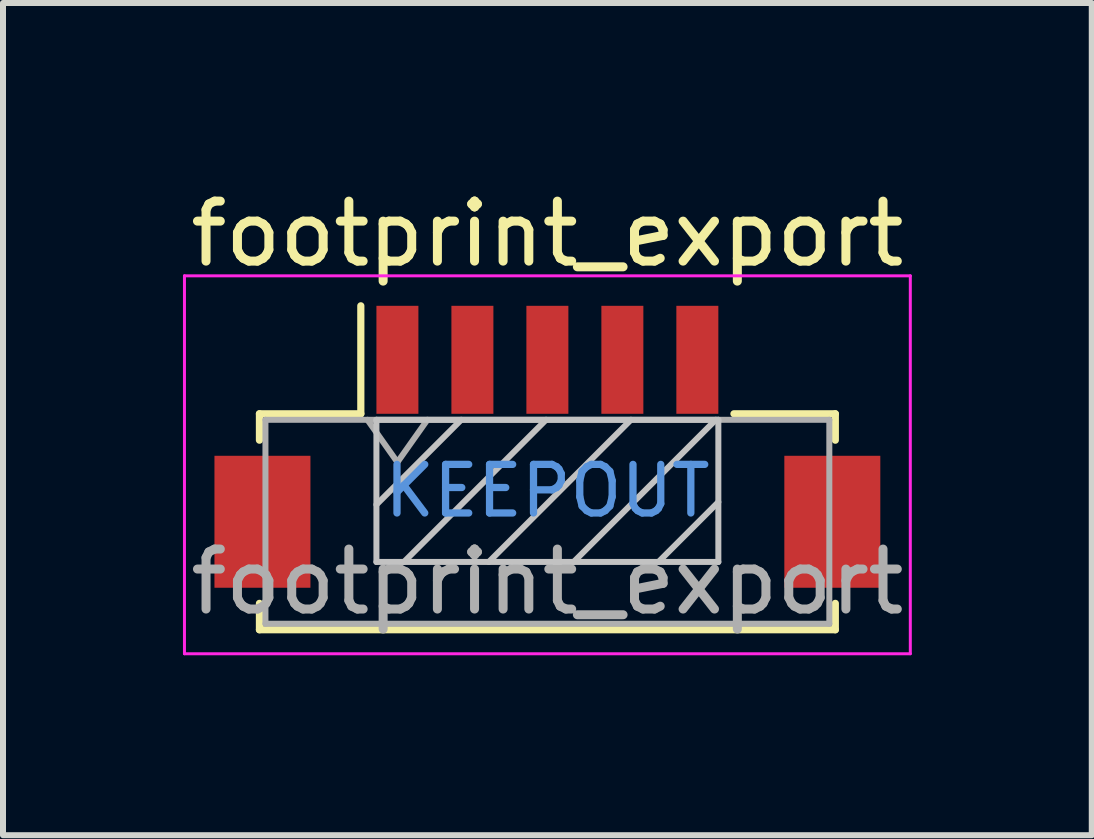
<source format=kicad_pcb>
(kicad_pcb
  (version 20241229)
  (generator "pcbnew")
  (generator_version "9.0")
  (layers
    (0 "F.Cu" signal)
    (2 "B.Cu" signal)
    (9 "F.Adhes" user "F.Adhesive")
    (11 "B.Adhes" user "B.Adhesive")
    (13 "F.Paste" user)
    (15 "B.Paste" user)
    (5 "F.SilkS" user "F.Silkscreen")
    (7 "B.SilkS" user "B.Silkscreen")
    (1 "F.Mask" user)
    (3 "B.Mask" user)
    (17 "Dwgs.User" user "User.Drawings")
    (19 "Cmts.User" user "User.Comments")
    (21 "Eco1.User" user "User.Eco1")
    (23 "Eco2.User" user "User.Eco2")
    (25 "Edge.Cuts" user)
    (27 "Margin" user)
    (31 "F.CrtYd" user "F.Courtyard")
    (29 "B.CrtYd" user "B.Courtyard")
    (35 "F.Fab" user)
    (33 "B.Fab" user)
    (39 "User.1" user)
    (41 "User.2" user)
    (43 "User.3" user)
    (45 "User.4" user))
  (footprint "footprint_export"
    (layer "F.Cu")
    (at 6.075 4.398)
    (property "Reference" "footprint_export" (at 0 -3.55 0) (layer "F.SilkS") (effects (font (size 1 1) (thickness 0.15))))
    (attr smd)
    (fp_line (start -4.8 -0.55) (end -4.8 -0.11) (stroke (width 0.12) (type solid)) (layer "F.SilkS"))
    (fp_line (start -4.8 2.61) (end -4.8 3.05) (stroke (width 0.12) (type solid)) (layer "F.SilkS"))
    (fp_line (start -4.8 3.05) (end 4.8 3.05) (stroke (width 0.12) (type solid)) (layer "F.SilkS"))
    (fp_line (start -3.11 -0.55) (end -4.8 -0.55) (stroke (width 0.12) (type solid)) (layer "F.SilkS"))
    (fp_line (start -3.11 -0.55) (end -3.11 -2.35) (stroke (width 0.12) (type solid)) (layer "F.SilkS"))
    (fp_line (start 3.11 -0.55) (end 4.8 -0.55) (stroke (width 0.12) (type solid)) (layer "F.SilkS"))
    (fp_line (start 4.8 -0.55) (end 4.8 -0.11) (stroke (width 0.12) (type solid)) (layer "F.SilkS"))
    (fp_line (start 4.8 3.05) (end 4.8 2.61) (stroke (width 0.12) (type solid)) (layer "F.SilkS"))
    (fp_line (start -2.85 -0.45) (end -2.85 1.92) (stroke (width 0.1) (type solid)) (layer "Dwgs.User"))
    (fp_line (start -2.85 1.92) (end 2.85 1.92) (stroke (width 0.1) (type solid)) (layer "Dwgs.User"))
    (fp_line (start -1.436 -0.45) (end -2.85 0.964) (stroke (width 0.1) (type solid)) (layer "Dwgs.User"))
    (fp_line (start -0.022 -0.45) (end -2.392 1.92) (stroke (width 0.1) (type solid)) (layer "Dwgs.User"))
    (fp_line (start 1.393 -0.45) (end -0.977 1.92) (stroke (width 0.1) (type solid)) (layer "Dwgs.User"))
    (fp_line (start 2.807 -0.45) (end 0.437 1.92) (stroke (width 0.1) (type solid)) (layer "Dwgs.User"))
    (fp_line (start 2.85 -0.45) (end -2.85 -0.45) (stroke (width 0.1) (type solid)) (layer "Dwgs.User"))
    (fp_line (start 2.85 0.921) (end 1.851 1.92) (stroke (width 0.1) (type solid)) (layer "Dwgs.User"))
    (fp_line (start 2.85 1.92) (end 2.85 -0.45) (stroke (width 0.1) (type solid)) (layer "Dwgs.User"))
    (fp_line (start -6.05 -2.85) (end -6.05 3.45) (stroke (width 0.05) (type solid)) (layer "F.CrtYd"))
    (fp_line (start -6.05 3.45) (end 6.05 3.45) (stroke (width 0.05) (type solid)) (layer "F.CrtYd"))
    (fp_line (start 6.05 -2.85) (end -6.05 -2.85) (stroke (width 0.05) (type solid)) (layer "F.CrtYd"))
    (fp_line (start 6.05 3.45) (end 6.05 -2.85) (stroke (width 0.05) (type solid)) (layer "F.CrtYd"))
    (fp_line (start -4.7 -0.45) (end -4.7 2.95) (stroke (width 0.1) (type solid)) (layer "F.Fab"))
    (fp_line (start -4.7 2.95) (end 4.7 2.95) (stroke (width 0.1) (type solid)) (layer "F.Fab"))
    (fp_line (start -3 -0.45) (end -2.5 0.257) (stroke (width 0.1) (type solid)) (layer "F.Fab"))
    (fp_line (start -2.5 0.257) (end -2 -0.45) (stroke (width 0.1) (type solid)) (layer "F.Fab"))
    (fp_line (start 4.7 -0.45) (end -4.7 -0.45) (stroke (width 0.1) (type solid)) (layer "F.Fab"))
    (fp_line (start 4.7 2.95) (end 4.7 -0.45) (stroke (width 0.1) (type solid)) (layer "F.Fab"))
    (fp_text user "KEEPOUT" (at 0 0.735 0) (layer "Cmts.User") (effects (font (size 0.81 0.81) (thickness 0.121))))
    (fp_text user "${REFERENCE}" (at 0 2.25 0) (layer "F.Fab") (effects (font (size 1 1) (thickness 0.15))))
    (pad "1" smd rect (at -2.5 -1.45) (size 0.7 1.8) (layers "F.Cu" "F.Mask" "F.Paste"))
    (pad "2" smd rect (at -1.25 -1.45) (size 0.7 1.8) (layers "F.Cu" "F.Mask" "F.Paste"))
    (pad "3" smd rect (at 0 -1.45) (size 0.7 1.8) (layers "F.Cu" "F.Mask" "F.Paste"))
    (pad "4" smd rect (at 1.25 -1.45) (size 0.7 1.8) (layers "F.Cu" "F.Mask" "F.Paste"))
    (pad "5" smd rect (at 2.5 -1.45) (size 0.7 1.8) (layers "F.Cu" "F.Mask" "F.Paste"))
    (pad "MP" smd rect (at -4.75 1.25) (size 1.6 2.2) (layers "F.Cu" "F.Mask" "F.Paste"))
    (pad "MP" smd rect (at 4.75 1.25) (size 1.6 2.2) (layers "F.Cu" "F.Mask" "F.Paste")))
  (gr_rect
    (start -3 -3)
    (end 15.15 10.873)
    (stroke (width 0.1) (type default))
    (fill no)
    (layer "Edge.Cuts")))
</source>
